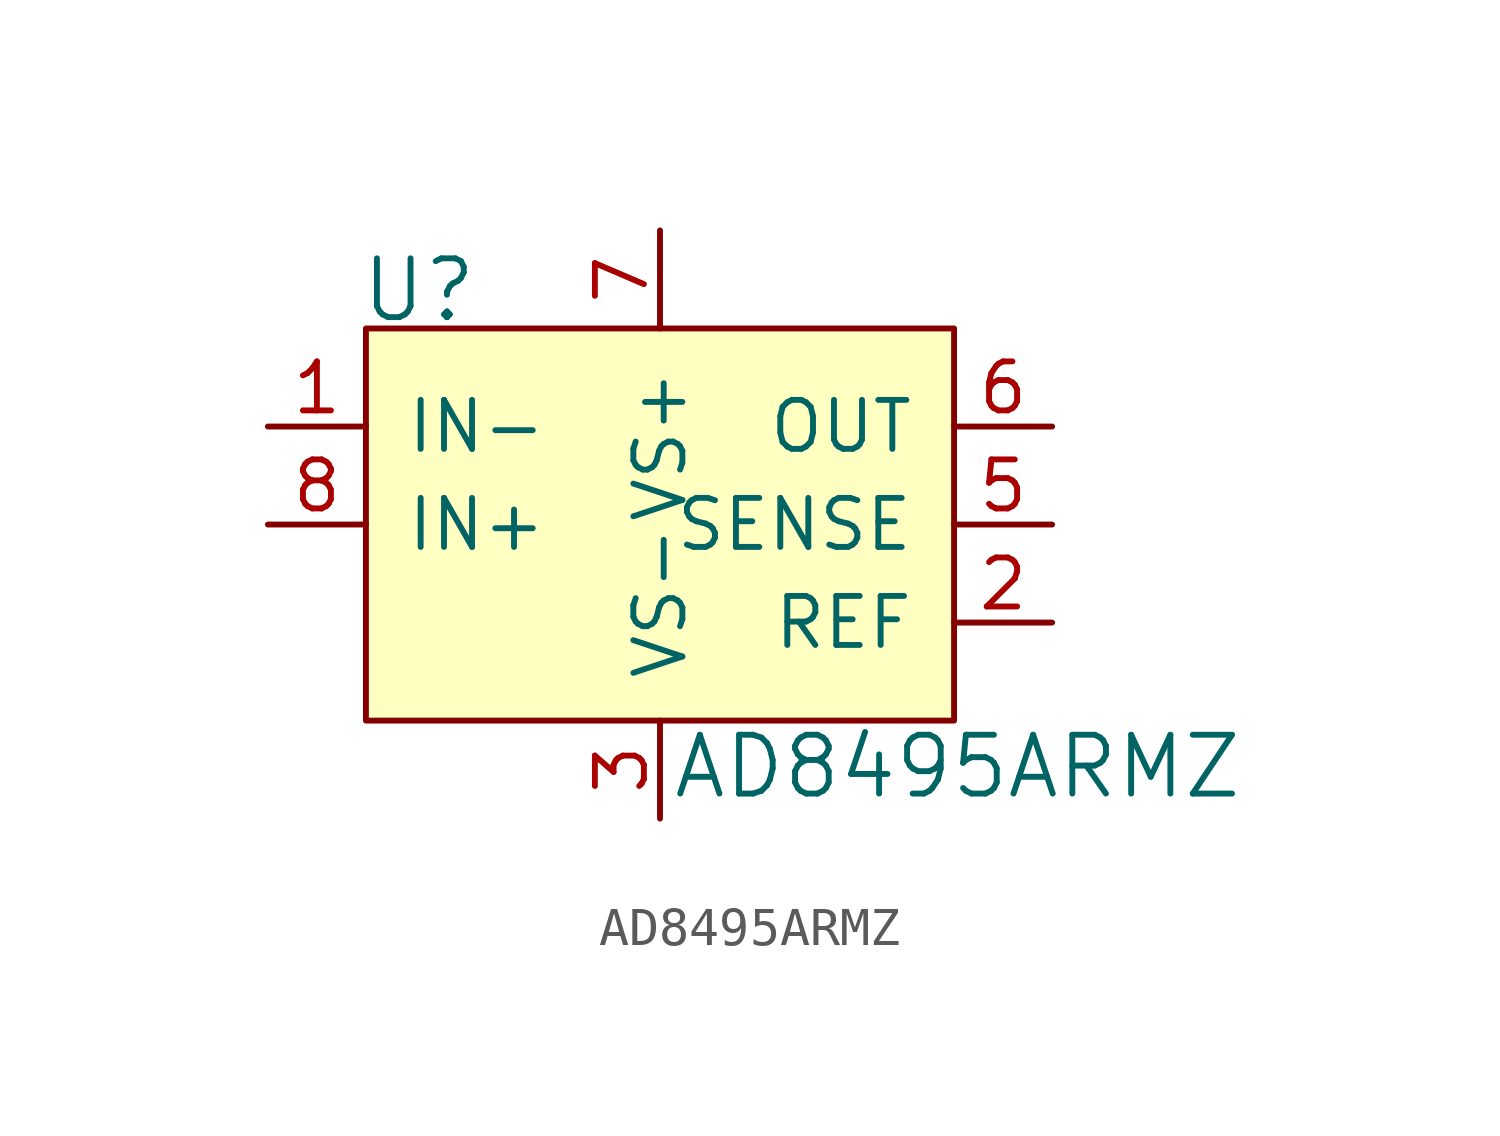
<source format=kicad_sym>
(kicad_symbol_lib
  (version 20231120)
  (generator "kicad_symbol_editor")
  (generator_version "8.0")
  (symbol "AD8495ARMZ"
    (pin_names
      (offset 1.016))
    (property "Reference" "U"
      (at -7.798 3.531 0)
      (effects (font (size 1.524 1.524)) (justify left)))
    (property "Value" "AD8495ARMZ"
      (at 0.279 -8.814 0)
      (effects (font (size 1.524 1.524)) (justify left)))
    (symbol "AD8495ARMZ_0_1"
      (rectangle (start 7.62 2.54) (end -7.62 -7.62) (stroke (width 0) (type solid)) (fill (type background))))
    (symbol "AD8495ARMZ_1_1"
      (pin input line (at -10.16 0 0) (length 2.54) (name "IN-" (effects (font (size 1.27 1.27)))) (number "1" (effects (font (size 1.27 1.27)))))
      (pin output line (at 10.16 -5.08 180) (length 2.54) (name "REF" (effects (font (size 1.27 1.27)))) (number "2" (effects (font (size 1.27 1.27)))))
      (pin power_in line (at 0 -10.16 90) (length 2.54) (name "VS-" (effects (font (size 1.27 1.27)))) (number "3" (effects (font (size 1.27 1.27)))))
      (pin no_connect line (at -7.62 -5.08 0) (length 2.54) hide (name "NC" (effects (font (size 1.27 1.27)))) (number "4" (effects (font (size 1.27 1.27)))))
      (pin output line (at 10.16 -2.54 180) (length 2.54) (name "SENSE" (effects (font (size 1.27 1.27)))) (number "5" (effects (font (size 1.27 1.27)))))
      (pin output line (at 10.16 0 180) (length 2.54) (name "OUT" (effects (font (size 1.27 1.27)))) (number "6" (effects (font (size 1.27 1.27)))))
      (pin power_in line (at 0 5.08 270) (length 2.54) (name "VS+" (effects (font (size 1.27 1.27)))) (number "7" (effects (font (size 1.27 1.27)))))
      (pin input line (at -10.16 -2.54 0) (length 2.54) (name "IN+" (effects (font (size 1.27 1.27)))) (number "8" (effects (font (size 1.27 1.27))))))))
</source>
